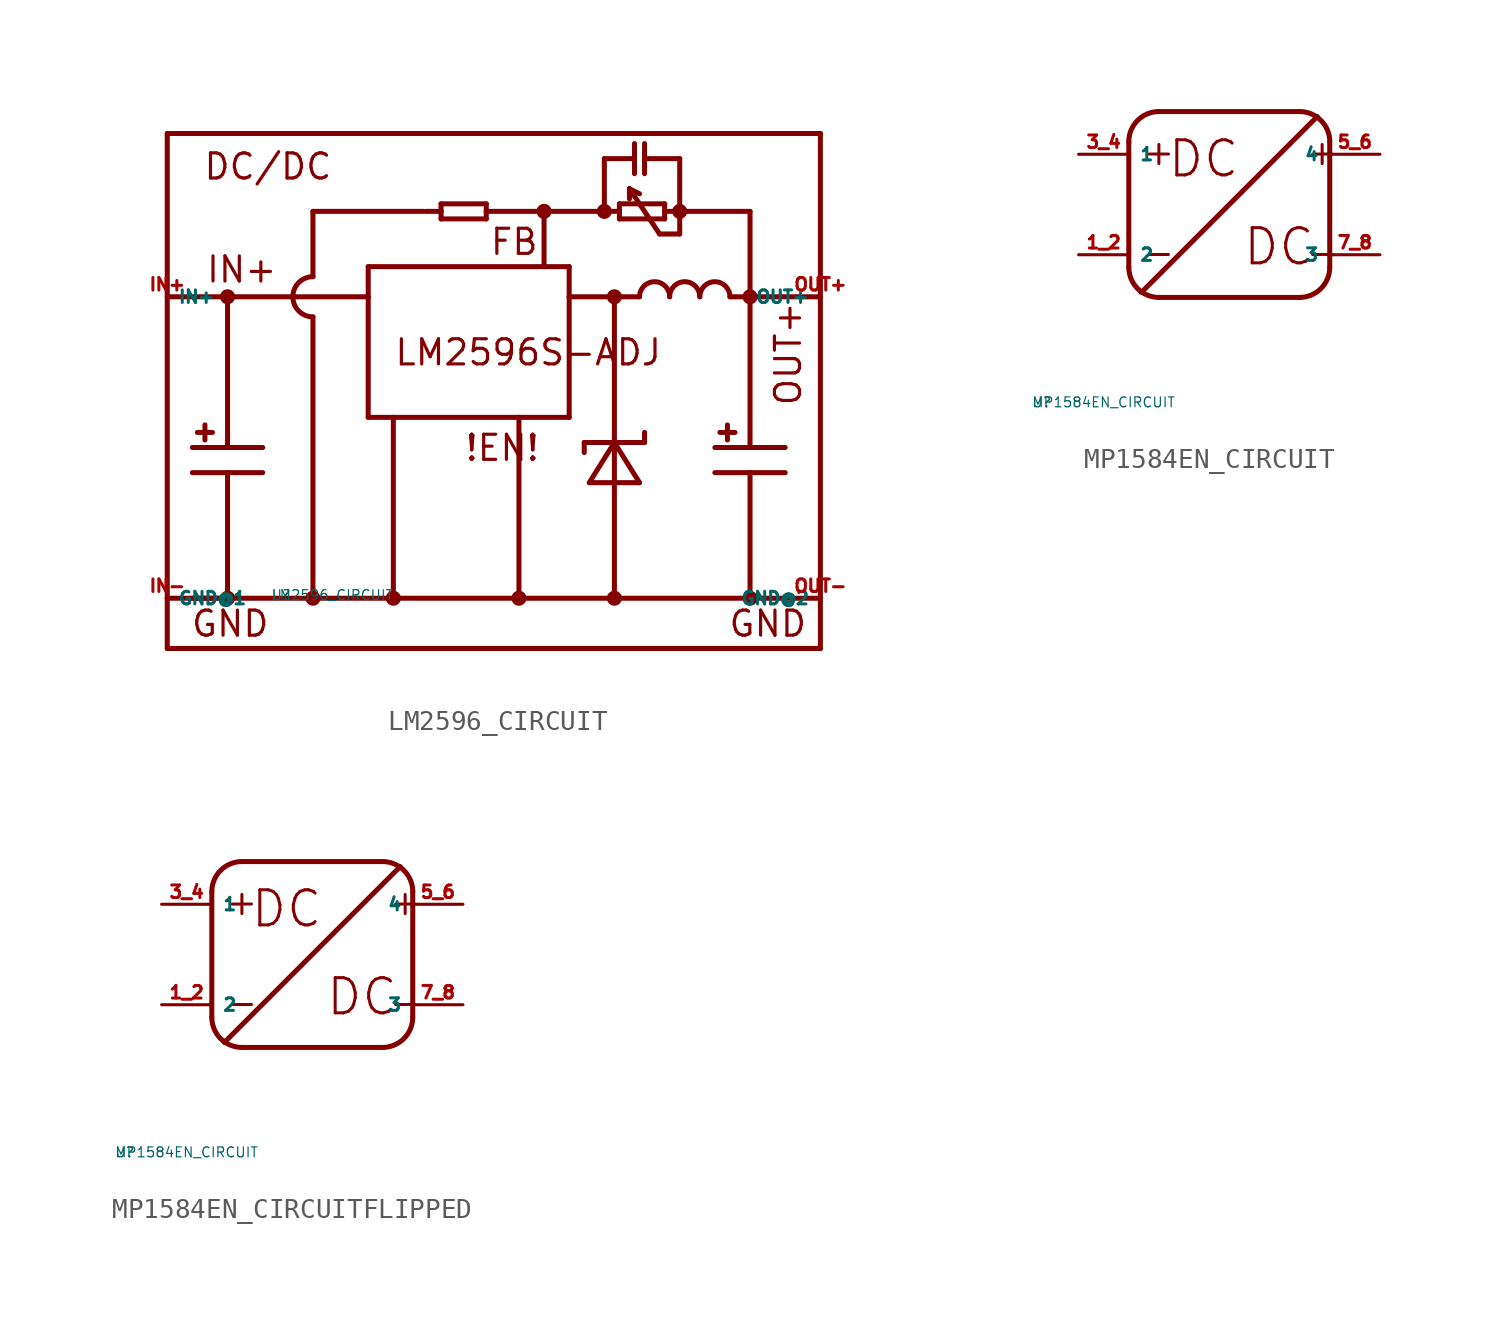
<source format=kicad_sym>
(kicad_symbol_lib
  (version 20220914)
  (generator Eagle2Kicad)
  (symbol "LM2596_CIRCUIT"
    (property "Reference" "U"
      (at -10 -10 0)
      (effects (font (size 0.5 0.5) (thickness 0.06)) (justify left)))
    (property "Value" "LM2596_CIRCUIT"
      (at -10 -10 0)
      (effects (font (size 0.5 0.5) (thickness 0.06)) (justify left)))
    (polyline
      (pts (xy -15.24 13.335) (xy 17.78 13.335))
      (stroke (width 0.254) (type default))
      (fill (type none)))
    (polyline
      (pts (xy 17.78 13.335) (xy 17.78 5.08))
      (stroke (width 0.254) (type default))
      (fill (type none)))
    (polyline
      (pts (xy 17.78 5.08) (xy 17.78 -10.16))
      (stroke (width 0.254) (type default))
      (fill (type none)))
    (polyline
      (pts (xy 17.78 -10.16) (xy 17.78 -12.7))
      (stroke (width 0.254) (type default))
      (fill (type none)))
    (polyline
      (pts (xy 17.78 -12.7) (xy -15.24 -12.7))
      (stroke (width 0.254) (type default))
      (fill (type none)))
    (polyline
      (pts (xy -15.24 -12.7) (xy -15.24 -10.16))
      (stroke (width 0.254) (type default))
      (fill (type none)))
    (polyline
      (pts (xy -15.24 -10.16) (xy -15.24 13.335))
      (stroke (width 0.254) (type default))
      (fill (type none)))
    (polyline
      (pts (xy -5.08 6.604) (xy 3.81 6.604))
      (stroke (width 0.254) (type default))
      (fill (type none)))
    (polyline
      (pts (xy 3.81 6.604) (xy 5.08 6.604))
      (stroke (width 0.254) (type default))
      (fill (type none)))
    (polyline
      (pts (xy 5.08 6.604) (xy 5.08 5.08))
      (stroke (width 0.254) (type default))
      (fill (type none)))
    (polyline
      (pts (xy 5.08 5.08) (xy 5.08 -1.016))
      (stroke (width 0.254) (type default))
      (fill (type none)))
    (polyline
      (pts (xy 5.08 -1.016) (xy 2.54 -1.016))
      (stroke (width 0.254) (type default))
      (fill (type none)))
    (polyline
      (pts (xy 2.54 -1.016) (xy -3.81 -1.016))
      (stroke (width 0.254) (type default))
      (fill (type none)))
    (polyline
      (pts (xy -3.81 -1.016) (xy -5.08 -1.016))
      (stroke (width 0.254) (type default))
      (fill (type none)))
    (polyline
      (pts (xy -5.08 -1.016) (xy -5.08 5.08))
      (stroke (width 0.254) (type default))
      (fill (type none)))
    (polyline
      (pts (xy -5.08 5.08) (xy -5.08 6.604))
      (stroke (width 0.254) (type default))
      (fill (type none)))
    (polyline
      (pts (xy -15.24 -10.16) (xy -7.874 -10.16))
      (stroke (width 0.254) (type default))
      (fill (type none)))
    (polyline
      (pts (xy -7.874 -10.16) (xy -3.81 -10.16))
      (stroke (width 0.254) (type default))
      (fill (type none)))
    (polyline
      (pts (xy -3.81 -10.16) (xy 2.54 -10.16))
      (stroke (width 0.254) (type default))
      (fill (type none)))
    (polyline
      (pts (xy 2.54 -10.16) (xy 7.366 -10.16))
      (stroke (width 0.254) (type default))
      (fill (type none)))
    (polyline
      (pts (xy 7.366 -10.16) (xy 14.224 -10.16))
      (stroke (width 0.254) (type default))
      (fill (type none)))
    (polyline
      (pts (xy 14.224 -10.16) (xy 17.78 -10.16))
      (stroke (width 0.254) (type default))
      (fill (type none)))
    (polyline
      (pts (xy -3.81 -1.016) (xy -3.81 -10.16))
      (stroke (width 0.254) (type default))
      (fill (type none)))
    (polyline
      (pts (xy 2.54 -1.016) (xy 2.54 -10.16))
      (stroke (width 0.254) (type default))
      (fill (type none)))
    (polyline
      (pts (xy 5.08 5.08) (xy 7.366 5.08))
      (stroke (width 0.254) (type default))
      (fill (type none)))
    (polyline
      (pts (xy 7.366 5.08) (xy 8.636 5.08))
      (stroke (width 0.254) (type default))
      (fill (type none)))
    (arc
      (start 10.16 5.08)
      (mid 9.398 5.842)
      (end 8.636 5.08)
      (stroke (width 0.254) (type default))
      (fill (type none)))
    (arc
      (start 11.684 5.08)
      (mid 10.922 5.842)
      (end 10.16 5.08)
      (stroke (width 0.254) (type default))
      (fill (type none)))
    (arc
      (start 13.208 5.08)
      (mid 12.446 5.842)
      (end 11.684 5.08)
      (stroke (width 0.254) (type default))
      (fill (type none)))
    (polyline
      (pts (xy 7.366 5.08) (xy 7.366 -2.286))
      (stroke (width 0.254) (type default))
      (fill (type none)))
    (polyline
      (pts (xy 7.366 -2.286) (xy 7.366 -10.16))
      (stroke (width 0.254) (type default))
      (fill (type none)))
    (polyline
      (pts (xy 5.842 -2.794) (xy 5.842 -2.286))
      (stroke (width 0.254) (type default))
      (fill (type none)))
    (polyline
      (pts (xy 5.842 -2.286) (xy 7.366 -2.286))
      (stroke (width 0.254) (type default))
      (fill (type none)))
    (polyline
      (pts (xy 7.366 -2.286) (xy 8.89 -2.286))
      (stroke (width 0.254) (type default))
      (fill (type none)))
    (polyline
      (pts (xy 8.89 -2.286) (xy 8.89 -1.778))
      (stroke (width 0.254) (type default))
      (fill (type none)))
    (polyline
      (pts (xy 7.366 -2.286) (xy 6.096 -4.318))
      (stroke (width 0.254) (type default))
      (fill (type none)))
    (polyline
      (pts (xy 6.096 -4.318) (xy 8.636 -4.318))
      (stroke (width 0.254) (type default))
      (fill (type none)))
    (polyline
      (pts (xy 8.636 -4.318) (xy 7.366 -2.286))
      (stroke (width 0.254) (type default))
      (fill (type none)))
    (polyline
      (pts (xy 13.208 5.08) (xy 14.224 5.08))
      (stroke (width 0.254) (type default))
      (fill (type none)))
    (polyline
      (pts (xy 14.224 5.08) (xy 17.78 5.08))
      (stroke (width 0.254) (type default))
      (fill (type none)))
    (polyline
      (pts (xy 12.446 -2.54) (xy 14.224 -2.54))
      (stroke (width 0.254) (type default))
      (fill (type none)))
    (polyline
      (pts (xy 14.224 -2.54) (xy 16.002 -2.54))
      (stroke (width 0.254) (type default))
      (fill (type none)))
    (polyline
      (pts (xy 12.446 -3.81) (xy 14.224 -3.81))
      (stroke (width 0.254) (type default))
      (fill (type none)))
    (polyline
      (pts (xy 14.224 -3.81) (xy 16.002 -3.81))
      (stroke (width 0.254) (type default))
      (fill (type none)))
    (polyline
      (pts (xy 14.224 -2.54) (xy 14.224 5.08))
      (stroke (width 0.254) (type default))
      (fill (type none)))
    (polyline
      (pts (xy 12.7 -1.778) (xy 13.462 -1.778))
      (stroke (width 0.254) (type default))
      (fill (type none)))
    (polyline
      (pts (xy 13.081 -1.397) (xy 13.081 -2.159))
      (stroke (width 0.254) (type default))
      (fill (type none)))
    (polyline
      (pts (xy 14.224 -10.16) (xy 14.224 -3.81))
      (stroke (width 0.254) (type default))
      (fill (type none)))
    (polyline
      (pts (xy 14.224 5.08) (xy 14.224 9.398))
      (stroke (width 0.254) (type default))
      (fill (type none)))
    (polyline
      (pts (xy 14.224 9.398) (xy 10.668 9.398))
      (stroke (width 0.254) (type default))
      (fill (type none)))
    (polyline
      (pts (xy 10.668 9.398) (xy 9.906 9.398))
      (stroke (width 0.254) (type default))
      (fill (type none)))
    (polyline
      (pts (xy 9.906 9.398) (xy 9.906 9.017))
      (stroke (width 0.254) (type default))
      (fill (type none)))
    (polyline
      (pts (xy 9.906 9.017) (xy 7.62 9.017))
      (stroke (width 0.254) (type default))
      (fill (type none)))
    (polyline
      (pts (xy 7.62 9.017) (xy 7.62 9.398))
      (stroke (width 0.254) (type default))
      (fill (type none)))
    (polyline
      (pts (xy 7.62 9.398) (xy 7.62 9.779))
      (stroke (width 0.254) (type default))
      (fill (type none)))
    (polyline
      (pts (xy 7.62 9.779) (xy 9.906 9.779))
      (stroke (width 0.254) (type default))
      (fill (type none)))
    (polyline
      (pts (xy 9.906 9.779) (xy 9.906 9.398))
      (stroke (width 0.254) (type default))
      (fill (type none)))
    (polyline
      (pts (xy 8.128 10.541) (xy 9.652 8.255))
      (stroke (width 0.254) (type default))
      (fill (type none)))
    (polyline
      (pts (xy 9.652 8.255) (xy 10.668 8.255))
      (stroke (width 0.254) (type default))
      (fill (type none)))
    (polyline
      (pts (xy 10.668 8.255) (xy 10.668 9.398))
      (stroke (width 0.254) (type default))
      (fill (type none)))
    (polyline
      (pts (xy 8.128 10.033) (xy 8.128 10.541))
      (stroke (width 0.254) (type default))
      (fill (type none)))
    (polyline
      (pts (xy 8.128 10.541) (xy 8.636 10.287))
      (stroke (width 0.254) (type default))
      (fill (type none)))
    (polyline
      (pts (xy 10.668 9.398) (xy 10.668 12.065))
      (stroke (width 0.254) (type default))
      (fill (type none)))
    (polyline
      (pts (xy 10.668 12.065) (xy 8.89 12.065))
      (stroke (width 0.254) (type default))
      (fill (type none)))
    (polyline
      (pts (xy 8.89 12.065) (xy 8.89 12.827))
      (stroke (width 0.254) (type default))
      (fill (type none)))
    (polyline
      (pts (xy 8.89 12.065) (xy 8.89 11.303))
      (stroke (width 0.254) (type default))
      (fill (type none)))
    (polyline
      (pts (xy 8.382 12.827) (xy 8.382 12.065))
      (stroke (width 0.254) (type default))
      (fill (type none)))
    (polyline
      (pts (xy 8.382 12.065) (xy 8.382 11.303))
      (stroke (width 0.254) (type default))
      (fill (type none)))
    (polyline
      (pts (xy 8.382 12.065) (xy 6.858 12.065))
      (stroke (width 0.254) (type default))
      (fill (type none)))
    (polyline
      (pts (xy 6.858 12.065) (xy 6.858 9.398))
      (stroke (width 0.254) (type default))
      (fill (type none)))
    (polyline
      (pts (xy 6.858 9.398) (xy 7.62 9.398))
      (stroke (width 0.254) (type default))
      (fill (type none)))
    (polyline
      (pts (xy 0.889 9.398) (xy 0.889 9.017))
      (stroke (width 0.254) (type default))
      (fill (type none)))
    (polyline
      (pts (xy 0.889 9.017) (xy -1.397 9.017))
      (stroke (width 0.254) (type default))
      (fill (type none)))
    (polyline
      (pts (xy -1.397 9.017) (xy -1.397 9.398))
      (stroke (width 0.254) (type default))
      (fill (type none)))
    (polyline
      (pts (xy -1.397 9.398) (xy -1.397 9.779))
      (stroke (width 0.254) (type default))
      (fill (type none)))
    (polyline
      (pts (xy -1.397 9.779) (xy 0.889 9.779))
      (stroke (width 0.254) (type default))
      (fill (type none)))
    (polyline
      (pts (xy 0.889 9.779) (xy 0.889 9.398))
      (stroke (width 0.254) (type default))
      (fill (type none)))
    (polyline
      (pts (xy -2.159 9.398) (xy -1.397 9.398))
      (stroke (width 0.254) (type default))
      (fill (type none)))
    (polyline
      (pts (xy 3.81 9.398) (xy 3.81 6.604))
      (stroke (width 0.254) (type default))
      (fill (type none)))
    (polyline
      (pts (xy 0.889 9.398) (xy 6.858 9.398))
      (stroke (width 0.254) (type default))
      (fill (type none)))
    (polyline
      (pts (xy -2.286 9.398) (xy -7.874 9.398))
      (stroke (width 0.254) (type default))
      (fill (type none)))
    (polyline
      (pts (xy -7.874 9.398) (xy -7.874 6.096))
      (stroke (width 0.254) (type default))
      (fill (type none)))
    (arc
      (start -7.874 6.096)
      (mid -8.890 5.080)
      (end -7.874 4.064)
      (stroke (width 0.254) (type default))
      (fill (type none)))
    (polyline
      (pts (xy -7.874 4.064) (xy -7.874 -10.16))
      (stroke (width 0.254) (type default))
      (fill (type none)))
    (polyline
      (pts (xy -5.08 5.08) (xy -12.192 5.08))
      (stroke (width 0.254) (type default))
      (fill (type none)))
    (polyline
      (pts (xy -12.192 5.08) (xy -15.24 5.08))
      (stroke (width 0.254) (type default))
      (fill (type none)))
    (polyline
      (pts (xy -13.97 -10.16) (xy -12.192 -10.16))
      (stroke (width 0.254) (type default))
      (fill (type none)))
    (polyline
      (pts (xy -13.97 -2.54) (xy -12.192 -2.54))
      (stroke (width 0.254) (type default))
      (fill (type none)))
    (polyline
      (pts (xy -12.192 -2.54) (xy -10.414 -2.54))
      (stroke (width 0.254) (type default))
      (fill (type none)))
    (polyline
      (pts (xy -13.97 -3.81) (xy -12.192 -3.81))
      (stroke (width 0.254) (type default))
      (fill (type none)))
    (polyline
      (pts (xy -12.192 -3.81) (xy -10.414 -3.81))
      (stroke (width 0.254) (type default))
      (fill (type none)))
    (polyline
      (pts (xy -12.192 -2.54) (xy -12.192 5.08))
      (stroke (width 0.254) (type default))
      (fill (type none)))
    (polyline
      (pts (xy -13.716 -1.778) (xy -12.954 -1.778))
      (stroke (width 0.254) (type default))
      (fill (type none)))
    (polyline
      (pts (xy -13.335 -1.397) (xy -13.335 -2.159))
      (stroke (width 0.254) (type default))
      (fill (type none)))
    (polyline
      (pts (xy -12.192 -10.16) (xy -12.192 -3.81))
      (stroke (width 0.254) (type default))
      (fill (type none)))
    (text "LM2596S-ADJ"
      (at -3.81 1.524 0)
      (effects (font (size 1.27 1.27) (thickness 0.16)) (justify left bottom)))
    (text "GND"
      (at -14.097 -12.192 0)
      (effects (font (size 1.27 1.27) (thickness 0.16)) (justify left bottom)))
    (text "!EN!"
      (at -0.254 -3.302 0)
      (effects (font (size 1.27 1.27) (thickness 0.16)) (justify left bottom)))
    (text "GND"
      (at 13.081 -12.192 0)
      (effects (font (size 1.27 1.27) (thickness 0.16)) (justify left bottom)))
    (text "IN+"
      (at -13.335 5.715 0)
      (effects (font (size 1.27 1.27) (thickness 0.16)) (justify left bottom)))
    (text "OUT+"
      (at 16.891 -0.508 900)
      (effects (font (size 1.27 1.27) (thickness 0.16)) (justify left bottom)))
    (text "DC/DC"
      (at -13.462 10.922 0)
      (effects (font (size 1.27 1.27) (thickness 0.16)) (justify left bottom)))
    (text "FB"
      (at 1.016 7.112 0)
      (effects (font (size 1.27 1.27) (thickness 0.16)) (justify left bottom)))
    (circle
      (center -12.192 5.08)
      (radius 0.254)
      (stroke (width 0.254) (type default))
      (fill (type none)))
    (circle
      (center -12.192 -10.16)
      (radius 0.254)
      (stroke (width 0.254) (type default))
      (fill (type none)))
    (circle
      (center -7.874 -10.16)
      (radius 0.254)
      (stroke (width 0.254) (type default))
      (fill (type none)))
    (circle
      (center -3.81 -10.16)
      (radius 0.254)
      (stroke (width 0.254) (type default))
      (fill (type none)))
    (circle
      (center 2.54 -10.16)
      (radius 0.254)
      (stroke (width 0.254) (type default))
      (fill (type none)))
    (circle
      (center 7.366 -10.16)
      (radius 0.254)
      (stroke (width 0.254) (type default))
      (fill (type none)))
    (circle
      (center 14.224 -10.16)
      (radius 0.254)
      (stroke (width 0.254) (type default))
      (fill (type none)))
    (circle
      (center 14.224 5.08)
      (radius 0.254)
      (stroke (width 0.254) (type default))
      (fill (type none)))
    (circle
      (center 7.366 5.08)
      (radius 0.254)
      (stroke (width 0.254) (type default))
      (fill (type none)))
    (circle
      (center 3.81 9.398)
      (radius 0.254)
      (stroke (width 0.254) (type default))
      (fill (type none)))
    (circle
      (center 6.858 9.398)
      (radius 0.254)
      (stroke (width 0.254) (type default))
      (fill (type none)))
    (circle
      (center 10.668 9.398)
      (radius 0.254)
      (stroke (width 0.254) (type default))
      (fill (type none)))
    (pin bidirectional line
      (at -15.24 5.08 0)
      (length 0)
      (name "IN+" (effects (font (size 0.635 0.635) (thickness 0.08)) (justify left bottom)))
      (number "IN+" (effects (font (size 0.635 0.635) (thickness 0.08)) (justify left bottom))))
    (pin bidirectional line
      (at -15.24 -10.16 0)
      (length 0)
      (name "GND@1" (effects (font (size 0.635 0.635) (thickness 0.08)) (justify left bottom)))
      (number "IN-" (effects (font (size 0.635 0.635) (thickness 0.08)) (justify left bottom))))
    (pin bidirectional line
      (at 17.78 -10.16 180)
      (length 0)
      (name "GND@2" (effects (font (size 0.635 0.635) (thickness 0.08)) (justify left bottom)))
      (number "OUT-" (effects (font (size 0.635 0.635) (thickness 0.08)) (justify left bottom))))
    (pin bidirectional line
      (at 17.78 5.08 180)
      (length 0)
      (name "OUT+" (effects (font (size 0.635 0.635) (thickness 0.08)) (justify left bottom)))
      (number "OUT+" (effects (font (size 0.635 0.635) (thickness 0.08)) (justify left bottom)))))
  (symbol "MP1584EN_CIRCUIT"
    (property "Reference" "U"
      (at -10 -10 0)
      (effects (font (size 0.5 0.5) (thickness 0.06)) (justify left)))
    (property "Value" "MP1584EN_CIRCUIT"
      (at -10 -10 0)
      (effects (font (size 0.5 0.5) (thickness 0.06)) (justify left)))
    (polyline
      (pts (xy -5.08 3.175) (xy -5.08 -3.175))
      (stroke (width 0.254) (type default))
      (fill (type none)))
    (polyline
      (pts (xy -3.556 4.699) (xy 3.556 4.699))
      (stroke (width 0.254) (type default))
      (fill (type none)))
    (arc
      (start 5.08 3.175)
      (mid 4.634 4.253)
      (end 3.556 4.699)
      (stroke (width 0.254) (type default))
      (fill (type none)))
    (arc
      (start -3.556 4.699)
      (mid -4.634 4.253)
      (end -5.08 3.175)
      (stroke (width 0.254) (type default))
      (fill (type none)))
    (arc
      (start -5.08 -3.175)
      (mid -4.634 -4.253)
      (end -3.556 -4.699)
      (stroke (width 0.254) (type default))
      (fill (type none)))
    (polyline
      (pts (xy -3.556 -4.699) (xy 3.556 -4.699))
      (stroke (width 0.254) (type default))
      (fill (type none)))
    (arc
      (start 3.556 -4.699)
      (mid 4.634 -4.253)
      (end 5.08 -3.175)
      (stroke (width 0.254) (type default))
      (fill (type none)))
    (polyline
      (pts (xy 5.08 3.175) (xy 5.08 -3.175))
      (stroke (width 0.254) (type default))
      (fill (type none)))
    (polyline
      (pts (xy -4.445 -4.445) (xy 4.445 4.445))
      (stroke (width 0.254) (type default))
      (fill (type none)))
    (text "DC"
      (at -3.175 1.27 0)
      (effects (font (size 1.778 1.778)) (justify left bottom)))
    (text "DC"
      (at 0.635 -3.175 0)
      (effects (font (size 1.778 1.778)) (justify left bottom)))
    (text "+"
      (at -4.445 1.905 0)
      (effects (font (size 1.27 1.27)) (justify left bottom)))
    (text "+"
      (at 3.81 1.905 0)
      (effects (font (size 1.27 1.27)) (justify left bottom)))
    (text "-"
      (at -4.445 -3.175 0)
      (effects (font (size 1.27 1.27)) (justify left bottom)))
    (text "-"
      (at 3.81 -3.175 0)
      (effects (font (size 1.27 1.27)) (justify left bottom)))
    (pin bidirectional line
      (at -7.62 2.54 0)
      (length 2.54)
      (name "1" (effects (font (size 0.635 0.635) (thickness 0.08)) (justify left bottom)))
      (number "3 4" (effects (font (size 0.635 0.635) (thickness 0.08)) (justify left bottom))))
    (pin bidirectional line
      (at -7.62 -2.54 0)
      (length 2.54)
      (name "2" (effects (font (size 0.635 0.635) (thickness 0.08)) (justify left bottom)))
      (number "1 2" (effects (font (size 0.635 0.635) (thickness 0.08)) (justify left bottom))))
    (pin bidirectional line
      (at 7.62 -2.54 180)
      (length 2.54)
      (name "3" (effects (font (size 0.635 0.635) (thickness 0.08)) (justify left bottom)))
      (number "7 8" (effects (font (size 0.635 0.635) (thickness 0.08)) (justify left bottom))))
    (pin bidirectional line
      (at 7.62 2.54 180)
      (length 2.54)
      (name "4" (effects (font (size 0.635 0.635) (thickness 0.08)) (justify left bottom)))
      (number "5 6" (effects (font (size 0.635 0.635) (thickness 0.08)) (justify left bottom)))))
  (symbol "MP1584EN_CIRCUITFLIPPED"
    (property "Reference" "U"
      (at -10 -10 0)
      (effects (font (size 0.5 0.5) (thickness 0.06)) (justify left)))
    (property "Value" "MP1584EN_CIRCUIT"
      (at -10 -10 0)
      (effects (font (size 0.5 0.5) (thickness 0.06)) (justify left)))
    (polyline
      (pts (xy -5.08 3.175) (xy -5.08 -3.175))
      (stroke (width 0.254) (type default))
      (fill (type none)))
    (polyline
      (pts (xy -3.556 4.699) (xy 3.556 4.699))
      (stroke (width 0.254) (type default))
      (fill (type none)))
    (arc
      (start 5.08 3.175)
      (mid 4.634 4.253)
      (end 3.556 4.699)
      (stroke (width 0.254) (type default))
      (fill (type none)))
    (arc
      (start -3.556 4.699)
      (mid -4.634 4.253)
      (end -5.08 3.175)
      (stroke (width 0.254) (type default))
      (fill (type none)))
    (arc
      (start -5.08 -3.175)
      (mid -4.634 -4.253)
      (end -3.556 -4.699)
      (stroke (width 0.254) (type default))
      (fill (type none)))
    (polyline
      (pts (xy -3.556 -4.699) (xy 3.556 -4.699))
      (stroke (width 0.254) (type default))
      (fill (type none)))
    (arc
      (start 3.556 -4.699)
      (mid 4.634 -4.253)
      (end 5.08 -3.175)
      (stroke (width 0.254) (type default))
      (fill (type none)))
    (polyline
      (pts (xy 5.08 3.175) (xy 5.08 -3.175))
      (stroke (width 0.254) (type default))
      (fill (type none)))
    (polyline
      (pts (xy -4.445 -4.445) (xy 4.445 4.445))
      (stroke (width 0.254) (type default))
      (fill (type none)))
    (text "DC"
      (at -3.175 1.27 0)
      (effects (font (size 1.778 1.778)) (justify left bottom)))
    (text "DC"
      (at 0.635 -3.175 0)
      (effects (font (size 1.778 1.778)) (justify left bottom)))
    (text "+"
      (at -4.445 1.905 0)
      (effects (font (size 1.27 1.27)) (justify left bottom)))
    (text "+"
      (at 3.81 1.905 0)
      (effects (font (size 1.27 1.27)) (justify left bottom)))
    (text "-"
      (at -4.445 -3.175 0)
      (effects (font (size 1.27 1.27)) (justify left bottom)))
    (text "-"
      (at 3.81 -3.175 0)
      (effects (font (size 1.27 1.27)) (justify left bottom)))
    (pin bidirectional line
      (at -7.62 2.54 0)
      (length 2.54)
      (name "1" (effects (font (size 0.635 0.635) (thickness 0.08)) (justify left bottom)))
      (number "3 4" (effects (font (size 0.635 0.635) (thickness 0.08)) (justify left bottom))))
    (pin bidirectional line
      (at -7.62 -2.54 0)
      (length 2.54)
      (name "2" (effects (font (size 0.635 0.635) (thickness 0.08)) (justify left bottom)))
      (number "1 2" (effects (font (size 0.635 0.635) (thickness 0.08)) (justify left bottom))))
    (pin bidirectional line
      (at 7.62 -2.54 180)
      (length 2.54)
      (name "3" (effects (font (size 0.635 0.635) (thickness 0.08)) (justify left bottom)))
      (number "7 8" (effects (font (size 0.635 0.635) (thickness 0.08)) (justify left bottom))))
    (pin bidirectional line
      (at 7.62 2.54 180)
      (length 2.54)
      (name "4" (effects (font (size 0.635 0.635) (thickness 0.08)) (justify left bottom)))
      (number "5 6" (effects (font (size 0.635 0.635) (thickness 0.08)) (justify left bottom))))))
</source>
